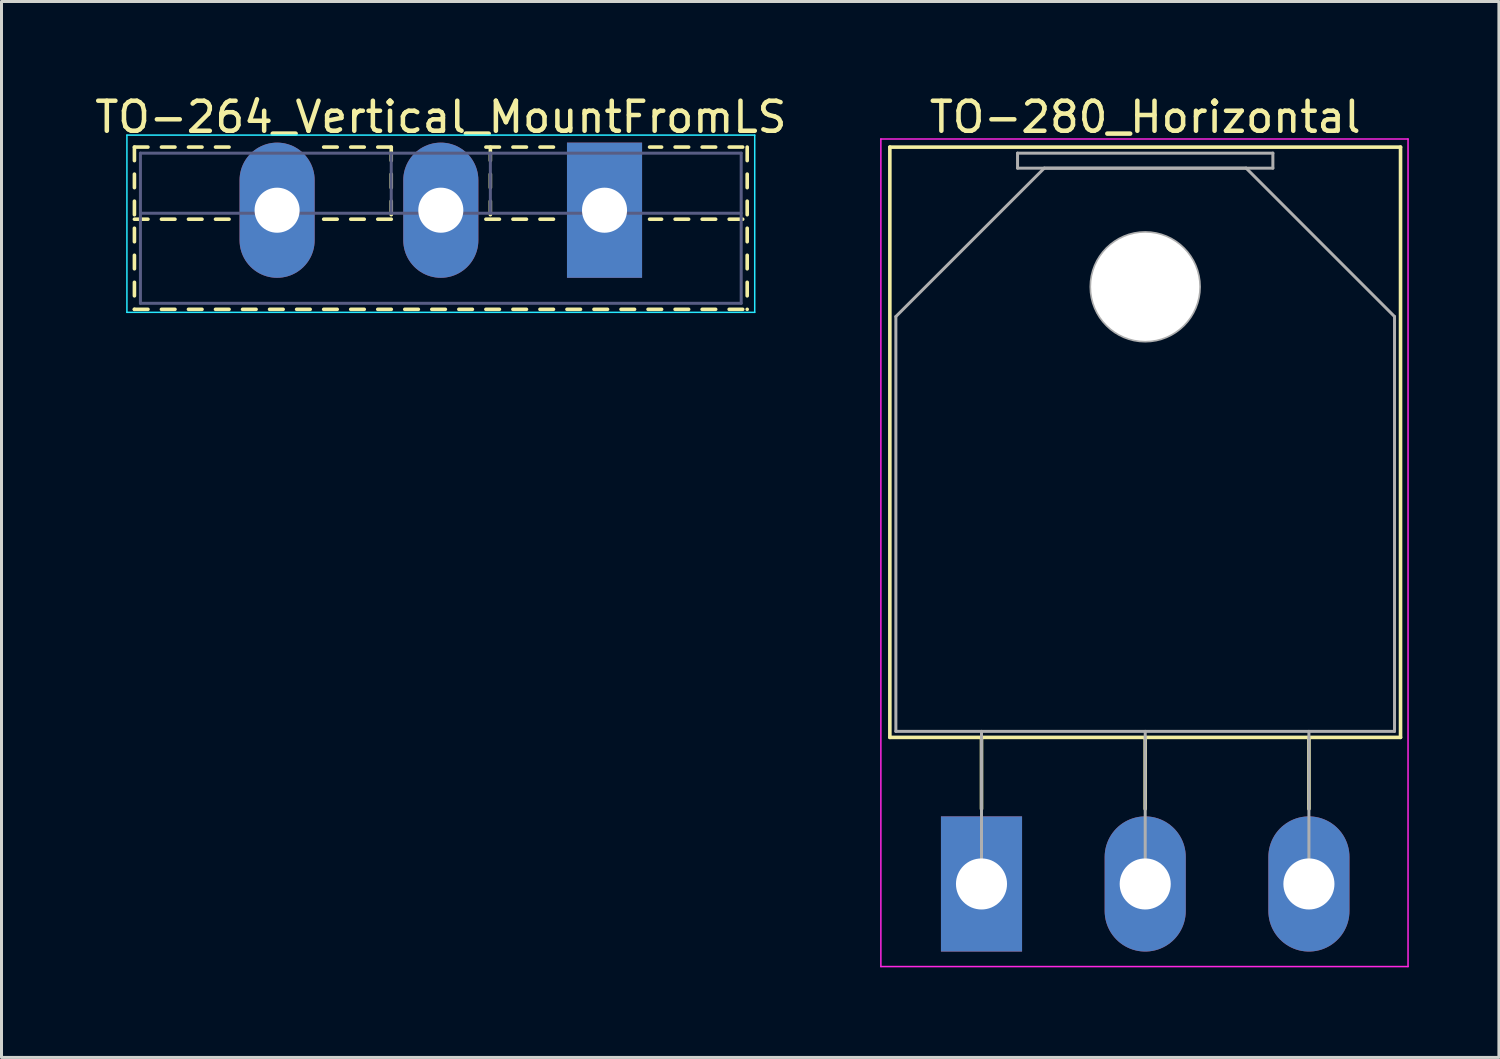
<source format=kicad_pcb>
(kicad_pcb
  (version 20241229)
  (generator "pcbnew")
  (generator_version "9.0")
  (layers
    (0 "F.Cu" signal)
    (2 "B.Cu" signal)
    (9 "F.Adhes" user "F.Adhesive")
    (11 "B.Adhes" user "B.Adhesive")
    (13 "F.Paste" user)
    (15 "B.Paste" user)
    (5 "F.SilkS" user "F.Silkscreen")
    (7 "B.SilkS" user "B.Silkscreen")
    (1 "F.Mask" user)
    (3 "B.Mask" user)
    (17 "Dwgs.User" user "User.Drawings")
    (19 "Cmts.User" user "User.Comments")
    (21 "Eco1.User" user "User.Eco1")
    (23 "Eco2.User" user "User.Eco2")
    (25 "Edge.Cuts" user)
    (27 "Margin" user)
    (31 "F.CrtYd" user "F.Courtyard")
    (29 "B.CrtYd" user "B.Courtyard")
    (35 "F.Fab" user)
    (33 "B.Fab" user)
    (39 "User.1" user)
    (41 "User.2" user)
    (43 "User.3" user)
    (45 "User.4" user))
  (footprint "TO-280_Horizontal"
    (layer "F.Cu")
    (at 29.625 26.378)
    (property "Reference" "TO-280_Horizontal" (at 5.45 -25.53 0) (layer "F.SilkS") (effects (font (size 1 1) (thickness 0.15))))
    (attr through_hole)
    (fp_line (start -3.051 -24.53) (end -3.051 -4.88) (stroke (width 0.12) (type solid)) (layer "F.SilkS"))
    (fp_line (start -3.051 -24.53) (end 13.95 -24.53) (stroke (width 0.12) (type solid)) (layer "F.SilkS"))
    (fp_line (start -3.051 -4.88) (end 13.95 -4.88) (stroke (width 0.12) (type solid)) (layer "F.SilkS"))
    (fp_line (start 0 -4.88) (end 0 -2.5) (stroke (width 0.12) (type solid)) (layer "F.SilkS"))
    (fp_line (start 5.45 -4.88) (end 5.45 -2.5) (stroke (width 0.12) (type solid)) (layer "F.SilkS"))
    (fp_line (start 10.9 -4.88) (end 10.9 -2.5) (stroke (width 0.12) (type solid)) (layer "F.SilkS"))
    (fp_line (start 13.95 -24.53) (end 13.95 -4.88) (stroke (width 0.12) (type solid)) (layer "F.SilkS"))
    (fp_line (start -3.35 -24.8) (end -3.35 2.75) (stroke (width 0.05) (type solid)) (layer "F.CrtYd"))
    (fp_line (start -3.35 2.75) (end 14.2 2.75) (stroke (width 0.05) (type solid)) (layer "F.CrtYd"))
    (fp_line (start 14.2 -24.8) (end -3.35 -24.8) (stroke (width 0.05) (type solid)) (layer "F.CrtYd"))
    (fp_line (start 14.2 2.75) (end 14.2 -24.8) (stroke (width 0.05) (type solid)) (layer "F.CrtYd"))
    (fp_line (start -2.851 -18.89) (end 2.09 -23.83) (stroke (width 0.1) (type solid)) (layer "F.Fab"))
    (fp_line (start -2.851 -5.08) (end -2.851 -18.89) (stroke (width 0.1) (type solid)) (layer "F.Fab"))
    (fp_line (start 0 -5.08) (end 0 0) (stroke (width 0.1) (type solid)) (layer "F.Fab"))
    (fp_line (start 1.2 -24.33) (end 9.7 -24.33) (stroke (width 0.1) (type solid)) (layer "F.Fab"))
    (fp_line (start 1.2 -23.83) (end 1.2 -24.33) (stroke (width 0.1) (type solid)) (layer "F.Fab"))
    (fp_line (start 2.09 -23.83) (end 8.81 -23.83) (stroke (width 0.1) (type solid)) (layer "F.Fab"))
    (fp_line (start 5.45 -5.08) (end 5.45 0) (stroke (width 0.1) (type solid)) (layer "F.Fab"))
    (fp_line (start 8.81 -23.83) (end 13.75 -18.89) (stroke (width 0.1) (type solid)) (layer "F.Fab"))
    (fp_line (start 9.7 -24.33) (end 9.7 -23.83) (stroke (width 0.1) (type solid)) (layer "F.Fab"))
    (fp_line (start 9.7 -23.83) (end 1.2 -23.83) (stroke (width 0.1) (type solid)) (layer "F.Fab"))
    (fp_line (start 10.9 -5.08) (end 10.9 0) (stroke (width 0.1) (type solid)) (layer "F.Fab"))
    (fp_line (start 13.75 -18.89) (end 13.75 -5.08) (stroke (width 0.1) (type solid)) (layer "F.Fab"))
    (fp_line (start 13.75 -5.08) (end -2.851 -5.08) (stroke (width 0.1) (type solid)) (layer "F.Fab"))
    (fp_circle (center 5.45 -19.88) (end 7.255 -19.88) (stroke (width 0.1) (type solid)) (fill no) (layer "F.Fab"))
    (pad "" np_thru_hole oval (at 5.45 -19.88) (size 3.6 3.6) (drill 3.6) (layers "*.Cu" "*.Mask"))
    (pad "1" thru_hole rect (at 0 0) (size 2.7 4.5) (drill 1.7) (layers "*.Cu" "*.Mask"))
    (pad "2" thru_hole oval (at 5.45 0) (size 2.7 4.5) (drill 1.7) (layers "*.Cu" "*.Mask"))
    (pad "3" thru_hole oval (at 10.9 0) (size 2.7 4.5) (drill 1.7) (layers "*.Cu" "*.Mask")))
  (footprint "TO-264_Vertical_MountFromLS"
    (layer "F.Cu")
    (at 17.075 3.948)
    (property "Reference" "TO-264_Vertical_MountFromLS" (at -5.45 -3.1 0) (layer "F.SilkS") (effects (font (size 1 1) (thickness 0.15))))
    (attr through_hole)
    (fp_line (start -15.65 -2.101) (end -15.65 -1.651) (stroke (width 0.12) (type solid)) (layer "F.SilkS"))
    (fp_line (start -15.65 -2.101) (end -15.2 -2.101) (stroke (width 0.12) (type solid)) (layer "F.SilkS"))
    (fp_line (start -15.65 -1.201) (end -15.65 -0.751) (stroke (width 0.12) (type solid)) (layer "F.SilkS"))
    (fp_line (start -15.65 -0.301) (end -15.65 0.15) (stroke (width 0.12) (type solid)) (layer "F.SilkS"))
    (fp_line (start -15.65 0.3) (end -15.2 0.3) (stroke (width 0.12) (type solid)) (layer "F.SilkS"))
    (fp_line (start -15.65 0.6) (end -15.65 1.05) (stroke (width 0.12) (type solid)) (layer "F.SilkS"))
    (fp_line (start -15.65 1.5) (end -15.65 1.95) (stroke (width 0.12) (type solid)) (layer "F.SilkS"))
    (fp_line (start -15.65 2.4) (end -15.65 2.85) (stroke (width 0.12) (type solid)) (layer "F.SilkS"))
    (fp_line (start -15.65 3.3) (end -15.65 3.3) (stroke (width 0.12) (type solid)) (layer "F.SilkS"))
    (fp_line (start -15.65 3.3) (end -15.2 3.3) (stroke (width 0.12) (type solid)) (layer "F.SilkS"))
    (fp_line (start -14.75 -2.101) (end -14.3 -2.101) (stroke (width 0.12) (type solid)) (layer "F.SilkS"))
    (fp_line (start -14.75 0.3) (end -14.3 0.3) (stroke (width 0.12) (type solid)) (layer "F.SilkS"))
    (fp_line (start -14.75 3.3) (end -14.3 3.3) (stroke (width 0.12) (type solid)) (layer "F.SilkS"))
    (fp_line (start -13.85 -2.101) (end -13.4 -2.101) (stroke (width 0.12) (type solid)) (layer "F.SilkS"))
    (fp_line (start -13.85 0.3) (end -13.4 0.3) (stroke (width 0.12) (type solid)) (layer "F.SilkS"))
    (fp_line (start -13.85 3.3) (end -13.4 3.3) (stroke (width 0.12) (type solid)) (layer "F.SilkS"))
    (fp_line (start -12.95 -2.101) (end -12.5 -2.101) (stroke (width 0.12) (type solid)) (layer "F.SilkS"))
    (fp_line (start -12.95 0.3) (end -12.5 0.3) (stroke (width 0.12) (type solid)) (layer "F.SilkS"))
    (fp_line (start -12.95 3.3) (end -12.5 3.3) (stroke (width 0.12) (type solid)) (layer "F.SilkS"))
    (fp_line (start -12.05 3.3) (end -11.6 3.3) (stroke (width 0.12) (type solid)) (layer "F.SilkS"))
    (fp_line (start -11.15 3.3) (end -10.699 3.3) (stroke (width 0.12) (type solid)) (layer "F.SilkS"))
    (fp_line (start -10.249 3.3) (end -9.799 3.3) (stroke (width 0.12) (type solid)) (layer "F.SilkS"))
    (fp_line (start -9.349 -2.101) (end -8.899 -2.101) (stroke (width 0.12) (type solid)) (layer "F.SilkS"))
    (fp_line (start -9.349 0.3) (end -8.899 0.3) (stroke (width 0.12) (type solid)) (layer "F.SilkS"))
    (fp_line (start -9.349 3.3) (end -8.899 3.3) (stroke (width 0.12) (type solid)) (layer "F.SilkS"))
    (fp_line (start -8.449 -2.101) (end -7.999 -2.101) (stroke (width 0.12) (type solid)) (layer "F.SilkS"))
    (fp_line (start -8.449 0.3) (end -7.999 0.3) (stroke (width 0.12) (type solid)) (layer "F.SilkS"))
    (fp_line (start -8.449 3.3) (end -7.999 3.3) (stroke (width 0.12) (type solid)) (layer "F.SilkS"))
    (fp_line (start -7.549 -2.101) (end -7.099 -2.101) (stroke (width 0.12) (type solid)) (layer "F.SilkS"))
    (fp_line (start -7.549 0.3) (end -7.099 0.3) (stroke (width 0.12) (type solid)) (layer "F.SilkS"))
    (fp_line (start -7.549 3.3) (end -7.099 3.3) (stroke (width 0.12) (type solid)) (layer "F.SilkS"))
    (fp_line (start -7.1 -2.101) (end -7.1 -1.651) (stroke (width 0.12) (type solid)) (layer "F.SilkS"))
    (fp_line (start -7.1 -1.201) (end -7.1 -0.751) (stroke (width 0.12) (type solid)) (layer "F.SilkS"))
    (fp_line (start -7.1 -0.301) (end -7.1 0.15) (stroke (width 0.12) (type solid)) (layer "F.SilkS"))
    (fp_line (start -6.649 3.3) (end -6.199 3.3) (stroke (width 0.12) (type solid)) (layer "F.SilkS"))
    (fp_line (start -5.749 3.3) (end -5.299 3.3) (stroke (width 0.12) (type solid)) (layer "F.SilkS"))
    (fp_line (start -4.849 3.3) (end -4.399 3.3) (stroke (width 0.12) (type solid)) (layer "F.SilkS"))
    (fp_line (start -3.949 -2.101) (end -3.499 -2.101) (stroke (width 0.12) (type solid)) (layer "F.SilkS"))
    (fp_line (start -3.949 0.3) (end -3.499 0.3) (stroke (width 0.12) (type solid)) (layer "F.SilkS"))
    (fp_line (start -3.949 3.3) (end -3.499 3.3) (stroke (width 0.12) (type solid)) (layer "F.SilkS"))
    (fp_line (start -3.8 -2.101) (end -3.8 -1.651) (stroke (width 0.12) (type solid)) (layer "F.SilkS"))
    (fp_line (start -3.8 -1.201) (end -3.8 -0.751) (stroke (width 0.12) (type solid)) (layer "F.SilkS"))
    (fp_line (start -3.8 -0.301) (end -3.8 0.15) (stroke (width 0.12) (type solid)) (layer "F.SilkS"))
    (fp_line (start -3.049 -2.101) (end -2.599 -2.101) (stroke (width 0.12) (type solid)) (layer "F.SilkS"))
    (fp_line (start -3.049 0.3) (end -2.599 0.3) (stroke (width 0.12) (type solid)) (layer "F.SilkS"))
    (fp_line (start -3.049 3.3) (end -2.599 3.3) (stroke (width 0.12) (type solid)) (layer "F.SilkS"))
    (fp_line (start -2.149 -2.101) (end -1.7 -2.101) (stroke (width 0.12) (type solid)) (layer "F.SilkS"))
    (fp_line (start -2.149 0.3) (end -1.7 0.3) (stroke (width 0.12) (type solid)) (layer "F.SilkS"))
    (fp_line (start -2.149 3.3) (end -1.7 3.3) (stroke (width 0.12) (type solid)) (layer "F.SilkS"))
    (fp_line (start -1.25 3.3) (end -0.8 3.3) (stroke (width 0.12) (type solid)) (layer "F.SilkS"))
    (fp_line (start -0.35 3.3) (end 0.1 3.3) (stroke (width 0.12) (type solid)) (layer "F.SilkS"))
    (fp_line (start 0.55 3.3) (end 1 3.3) (stroke (width 0.12) (type solid)) (layer "F.SilkS"))
    (fp_line (start 1.45 3.3) (end 1.9 3.3) (stroke (width 0.12) (type solid)) (layer "F.SilkS"))
    (fp_line (start 1.5 -2.101) (end 1.9 -2.101) (stroke (width 0.12) (type solid)) (layer "F.SilkS"))
    (fp_line (start 1.5 0.3) (end 1.9 0.3) (stroke (width 0.12) (type solid)) (layer "F.SilkS"))
    (fp_line (start 2.35 -2.101) (end 2.8 -2.101) (stroke (width 0.12) (type solid)) (layer "F.SilkS"))
    (fp_line (start 2.35 0.3) (end 2.8 0.3) (stroke (width 0.12) (type solid)) (layer "F.SilkS"))
    (fp_line (start 2.35 3.3) (end 2.8 3.3) (stroke (width 0.12) (type solid)) (layer "F.SilkS"))
    (fp_line (start 3.25 -2.101) (end 3.7 -2.101) (stroke (width 0.12) (type solid)) (layer "F.SilkS"))
    (fp_line (start 3.25 0.3) (end 3.7 0.3) (stroke (width 0.12) (type solid)) (layer "F.SilkS"))
    (fp_line (start 3.25 3.3) (end 3.7 3.3) (stroke (width 0.12) (type solid)) (layer "F.SilkS"))
    (fp_line (start 4.15 -2.101) (end 4.6 -2.101) (stroke (width 0.12) (type solid)) (layer "F.SilkS"))
    (fp_line (start 4.15 0.3) (end 4.6 0.3) (stroke (width 0.12) (type solid)) (layer "F.SilkS"))
    (fp_line (start 4.15 3.3) (end 4.6 3.3) (stroke (width 0.12) (type solid)) (layer "F.SilkS"))
    (fp_line (start 4.75 -2.101) (end 4.75 -1.651) (stroke (width 0.12) (type solid)) (layer "F.SilkS"))
    (fp_line (start 4.75 -1.201) (end 4.75 -0.751) (stroke (width 0.12) (type solid)) (layer "F.SilkS"))
    (fp_line (start 4.75 -0.301) (end 4.75 0.15) (stroke (width 0.12) (type solid)) (layer "F.SilkS"))
    (fp_line (start 4.75 0.6) (end 4.75 1.05) (stroke (width 0.12) (type solid)) (layer "F.SilkS"))
    (fp_line (start 4.75 1.5) (end 4.75 1.95) (stroke (width 0.12) (type solid)) (layer "F.SilkS"))
    (fp_line (start 4.75 2.4) (end 4.75 2.85) (stroke (width 0.12) (type solid)) (layer "F.SilkS"))
    (fp_line (start 4.75 3.3) (end 4.75 3.3) (stroke (width 0.12) (type solid)) (layer "F.SilkS"))
    (fp_line (start -15.9 -2.5) (end -15.9 3.4) (stroke (width 0.05) (type solid)) (layer "B.CrtYd"))
    (fp_line (start -15.9 3.4) (end 5 3.4) (stroke (width 0.05) (type solid)) (layer "B.CrtYd"))
    (fp_line (start 5 -2.5) (end -15.9 -2.5) (stroke (width 0.05) (type solid)) (layer "B.CrtYd"))
    (fp_line (start 5 3.4) (end 5 -2.5) (stroke (width 0.05) (type solid)) (layer "B.CrtYd"))
    (fp_line (start -15.45 -1.9) (end -15.45 3.1) (stroke (width 0.1) (type solid)) (layer "B.Fab"))
    (fp_line (start -15.45 0.1) (end 4.55 0.1) (stroke (width 0.1) (type solid)) (layer "B.Fab"))
    (fp_line (start -15.45 3.1) (end 4.55 3.1) (stroke (width 0.1) (type solid)) (layer "B.Fab"))
    (fp_line (start -7.1 -1.9) (end -7.1 0.1) (stroke (width 0.1) (type solid)) (layer "B.Fab"))
    (fp_line (start -3.8 -1.9) (end -3.8 0.1) (stroke (width 0.1) (type solid)) (layer "B.Fab"))
    (fp_line (start 4.55 -1.9) (end -15.45 -1.9) (stroke (width 0.1) (type solid)) (layer "B.Fab"))
    (fp_line (start 4.55 3.1) (end 4.55 -1.9) (stroke (width 0.1) (type solid)) (layer "B.Fab"))
    (pad "1" thru_hole rect (at 0 0) (size 2.5 4.5) (drill 1.5) (layers "*.Cu" "*.Mask"))
    (pad "2" thru_hole oval (at -5.45 0) (size 2.5 4.5) (drill 1.5) (layers "*.Cu" "*.Mask"))
    (pad "3" thru_hole oval (at -10.9 0) (size 2.5 4.5) (drill 1.5) (layers "*.Cu" "*.Mask")))
  (gr_rect
    (start -3 -3)
    (end 46.85 32.153)
    (stroke (width 0.1) (type default))
    (fill no)
    (layer "Edge.Cuts")))
</source>
